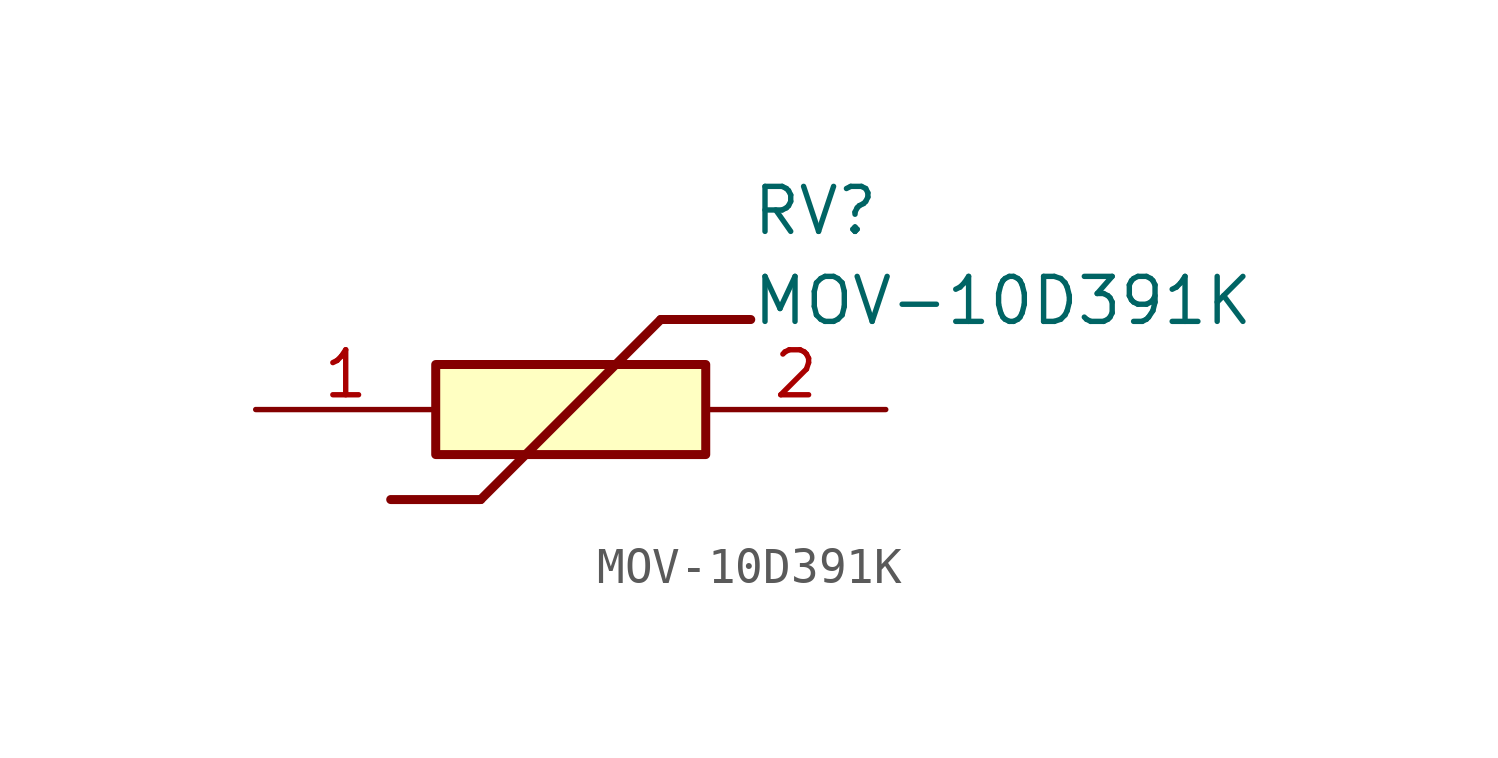
<source format=kicad_sym>
(kicad_symbol_lib
  (version 20211014)
  (generator SamacSys_ECAD_Model)
  (symbol "MOV-10D391K"
    (pin_names hide)
    (property "Reference" "RV"
      (at 13.97 6.35 0)
      (effects (font (size 1.27 1.27)) (justify left top)))
    (property "Value" "MOV-10D391K"
      (at 13.97 3.81 0)
      (effects (font (size 1.27 1.27)) (justify left top)))
    (rectangle
      (start 5.08 1.27)
      (end 12.7 -1.27)
      (stroke (width 0.254) (type default))
      (fill (type background)))
    (polyline
      (pts (xy 3.81 -2.54) (xy 6.35 -2.54))
      (stroke (width 0.254) (type default))
      (fill (type none)))
    (polyline
      (pts (xy 11.43 2.54) (xy 6.35 -2.54))
      (stroke (width 0.254) (type default))
      (fill (type none)))
    (polyline
      (pts (xy 11.43 2.54) (xy 13.97 2.54))
      (stroke (width 0.254) (type default))
      (fill (type none)))
    (pin passive line
      (at 0 0 0)
      (length 5.08)
      (name "1" (effects (font (size 1.27 1.27))))
      (number "1" (effects (font (size 1.27 1.27)))))
    (pin passive line
      (at 17.78 0 180)
      (length 5.08)
      (name "2" (effects (font (size 1.27 1.27))))
      (number "2" (effects (font (size 1.27 1.27)))))))
</source>
